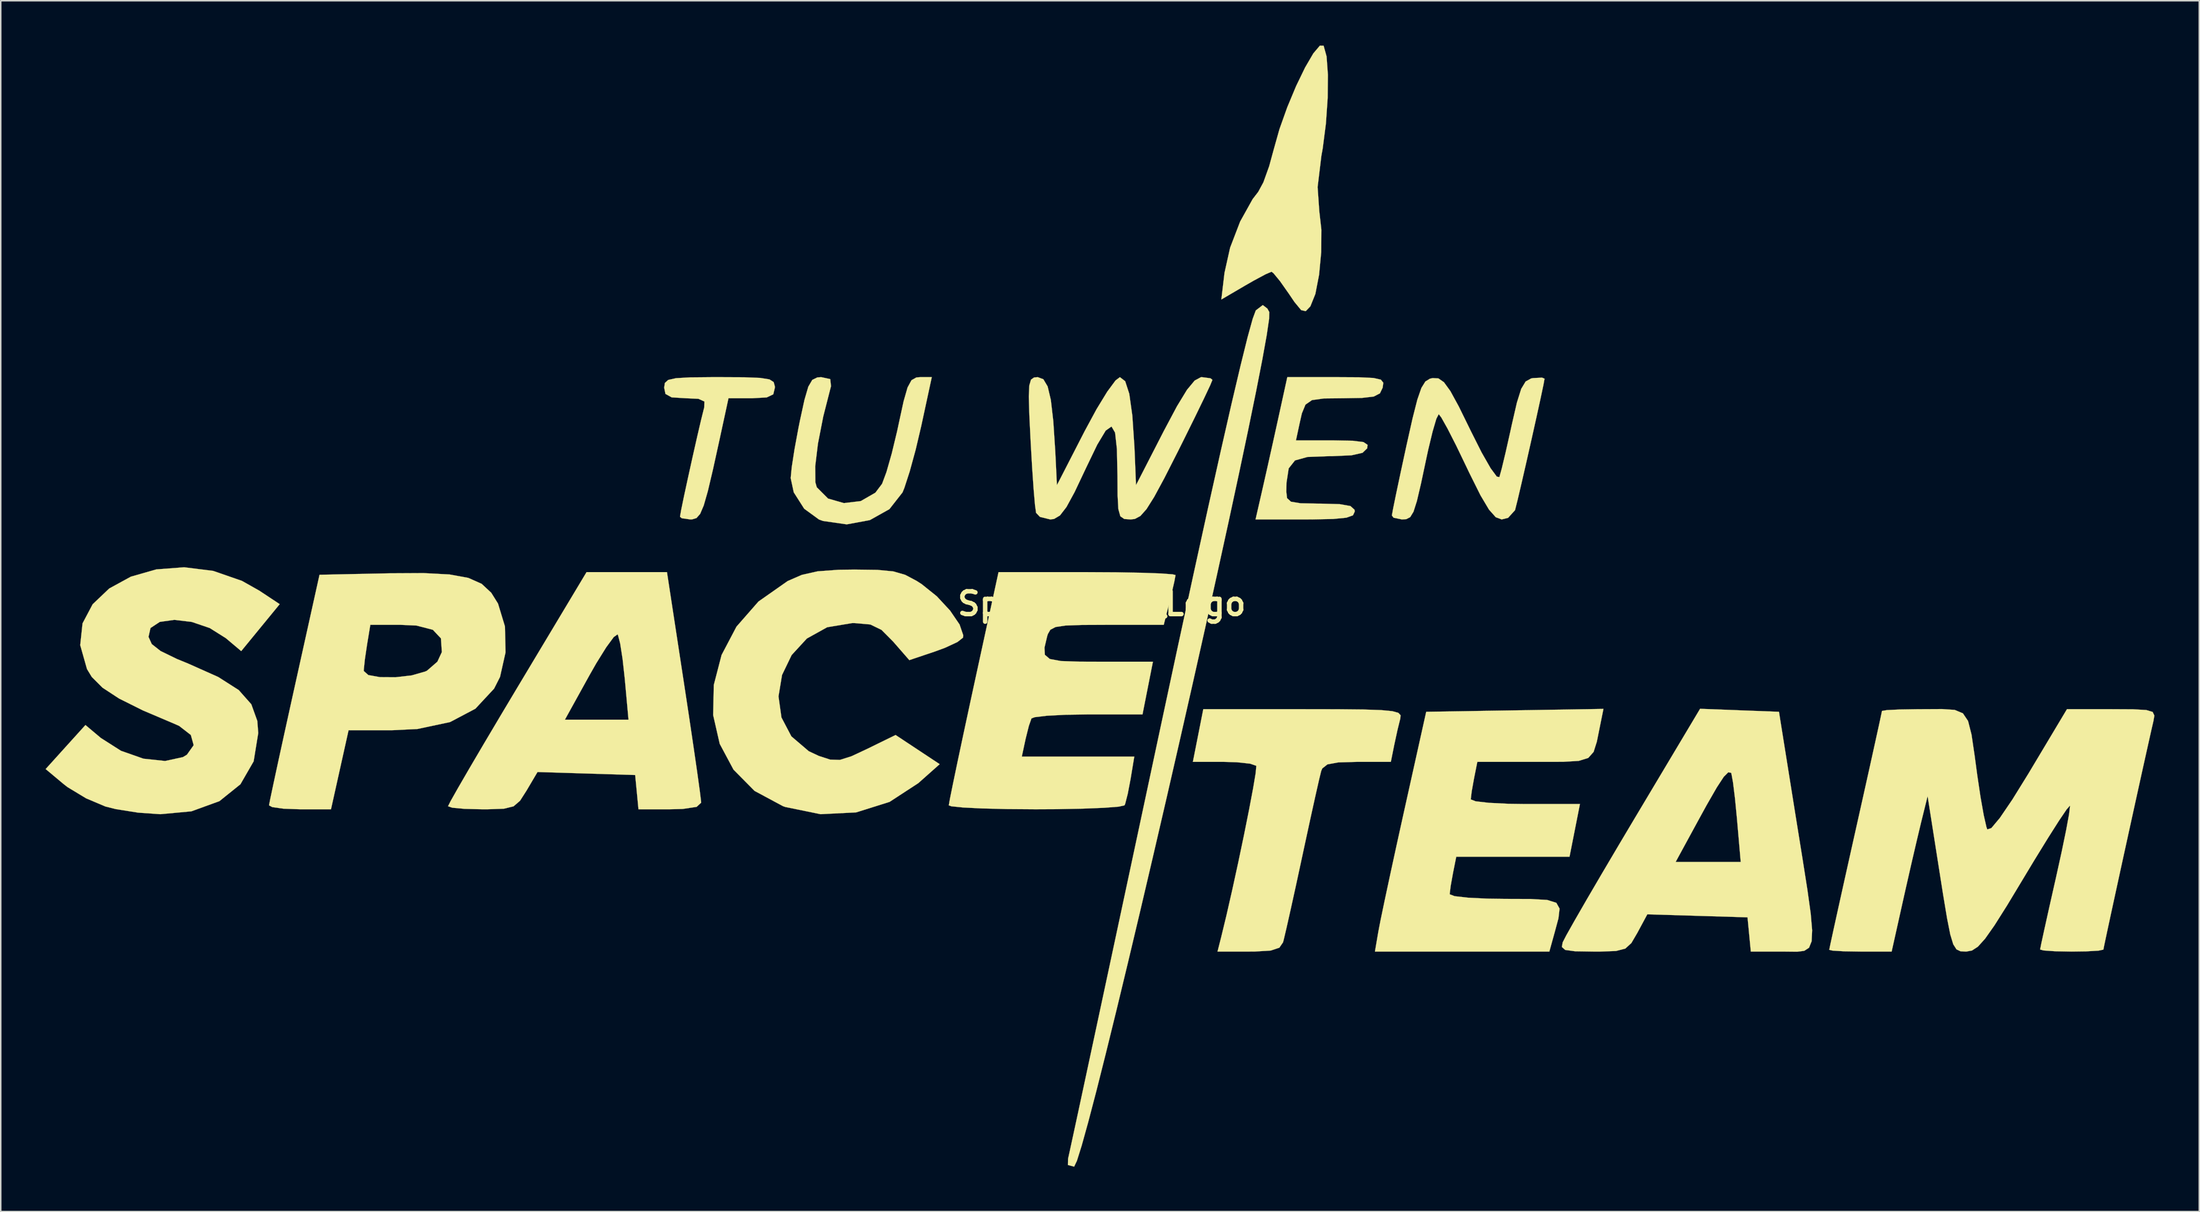
<source format=kicad_pcb>
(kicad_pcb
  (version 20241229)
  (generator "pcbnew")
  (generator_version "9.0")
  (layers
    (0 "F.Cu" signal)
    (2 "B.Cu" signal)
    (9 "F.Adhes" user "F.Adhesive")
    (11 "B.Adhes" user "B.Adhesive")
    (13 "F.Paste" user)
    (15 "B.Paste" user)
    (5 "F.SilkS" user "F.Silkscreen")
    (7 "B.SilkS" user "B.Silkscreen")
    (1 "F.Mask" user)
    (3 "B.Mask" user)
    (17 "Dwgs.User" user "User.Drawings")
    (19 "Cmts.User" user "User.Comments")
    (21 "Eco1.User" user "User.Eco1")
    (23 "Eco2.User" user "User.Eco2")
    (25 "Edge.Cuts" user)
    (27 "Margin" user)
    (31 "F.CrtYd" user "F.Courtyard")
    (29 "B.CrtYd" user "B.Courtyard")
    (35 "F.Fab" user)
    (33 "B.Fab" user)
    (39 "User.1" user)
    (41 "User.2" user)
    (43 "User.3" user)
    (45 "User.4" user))
  (footprint "SpaceTeam_Logo"
    (layer "F.Cu")
    (at 70.675 37.365)
    (property "Reference" "SpaceTeam_Logo" (at 0 0 0) (layer "F.SilkS") (effects (font (size 1.524 1.524) (thickness 0.3))))
    (attr through_hole)
    (fp_poly (pts (xy 14.848 -37.355) (xy 15.046 -36.639) (xy 15.135 -35.409) (xy 15.119 -33.85) (xy 15.002 -32.146) (xy 14.788 -30.481) (xy 14.699 -29.986) (xy 14.446 -27.891) (xy 14.558 -26.282) (xy 14.699 -25.035) (xy 14.687 -23.537) (xy 14.545 -22.025) (xy 14.296 -20.737) (xy 13.963 -19.911) (xy 13.957 -19.903) (xy 13.651 -19.586) (xy 13.344 -19.658) (xy 12.895 -20.202) (xy 12.524 -20.751) (xy 11.93 -21.596) (xy 11.491 -22.129) (xy 11.361 -22.225) (xy 10.976 -22.061) (xy 10.192 -21.641) (xy 9.589 -21.296) (xy 8.004 -20.367) (xy 8.216 -22.154) (xy 8.591 -23.836) (xy 9.263 -25.586) (xy 10.098 -27.086) (xy 10.471 -27.57) (xy 10.817 -28.21) (xy 11.205 -29.291) (xy 11.504 -30.387) (xy 11.893 -31.771) (xy 12.415 -33.236) (xy 13.007 -34.654) (xy 13.609 -35.898) (xy 14.16 -36.843) (xy 14.599 -37.36) (xy 14.848 -37.355)) (stroke (width 0.01) (type solid)) (fill yes) (layer "F.SilkS"))
    (fp_poly (pts (xy -23.924 -15.161) (xy -22.852 -15.118) (xy -22.236 -15.019) (xy -21.952 -14.838) (xy -21.874 -14.552) (xy -21.872 -14.464) (xy -21.979 -14.019) (xy -22.419 -13.811) (xy -23.372 -13.758) (xy -23.424 -13.758) (xy -24.976 -13.758) (xy -25.568 -11.024) (xy -26.016 -8.986) (xy -26.358 -7.538) (xy -26.632 -6.581) (xy -26.873 -6.014) (xy -27.119 -5.736) (xy -27.406 -5.649) (xy -27.53 -5.644) (xy -28.097 -5.722) (xy -28.222 -5.825) (xy -28.149 -6.248) (xy -27.958 -7.176) (xy -27.687 -8.428) (xy -27.379 -9.822) (xy -27.073 -11.176) (xy -26.809 -12.308) (xy -26.628 -13.036) (xy -26.598 -13.141) (xy -26.589 -13.538) (xy -26.985 -13.718) (xy -27.846 -13.758) (xy -28.778 -13.815) (xy -29.195 -14.047) (xy -29.281 -14.464) (xy -29.234 -14.779) (xy -29.012 -14.983) (xy -28.488 -15.1) (xy -27.54 -15.154) (xy -26.04 -15.169) (xy -25.576 -15.169) (xy -23.924 -15.161)) (stroke (width 0.01) (type solid)) (fill yes) (layer "F.SilkS"))
    (fp_poly (pts (xy -12.076 -11.906) (xy -12.45 -10.317) (xy -12.85 -8.854) (xy -13.208 -7.752) (xy -13.33 -7.453) (xy -14.208 -6.333) (xy -15.518 -5.599) (xy -17.064 -5.314) (xy -18.651 -5.542) (xy -18.924 -5.641) (xy -19.911 -6.362) (xy -20.609 -7.458) (xy -20.814 -8.41) (xy -20.744 -9.141) (xy -20.559 -10.338) (xy -20.293 -11.776) (xy -20.205 -12.213) (xy -19.892 -13.652) (xy -19.635 -14.531) (xy -19.369 -14.986) (xy -19.028 -15.152) (xy -18.77 -15.169) (xy -18.167 -15.037) (xy -18.116 -14.567) (xy -18.12 -14.552) (xy -18.633 -12.544) (xy -18.991 -10.713) (xy -19.174 -9.198) (xy -19.165 -8.137) (xy -19.068 -7.796) (xy -18.314 -7.042) (xy -17.256 -6.738) (xy -16.124 -6.873) (xy -15.147 -7.435) (xy -14.698 -8.031) (xy -14.406 -8.816) (xy -14.049 -10.068) (xy -13.69 -11.558) (xy -13.578 -12.083) (xy -13.256 -13.563) (xy -12.993 -14.48) (xy -12.73 -14.965) (xy -12.404 -15.149) (xy -12.157 -15.169) (xy -11.372 -15.169) (xy -12.076 -11.906)) (stroke (width 0.01) (type solid)) (fill yes) (layer "F.SilkS"))
    (fp_poly (pts (xy -27.946 5.38) (xy -27.607 7.615) (xy -27.309 9.626) (xy -27.066 11.304) (xy -26.895 12.54) (xy -26.811 13.227) (xy -26.805 13.317) (xy -27.109 13.596) (xy -28.041 13.736) (xy -28.905 13.758) (xy -31 13.758) (xy -31.11 12.612) (xy -31.221 11.465) (xy -34.488 11.364) (xy -37.755 11.262) (xy -38.492 12.51) (xy -38.925 13.187) (xy -39.358 13.56) (xy -40.006 13.72) (xy -41.085 13.758) (xy -41.486 13.758) (xy -42.644 13.729) (xy -43.459 13.653) (xy -43.744 13.554) (xy -43.57 13.208) (xy -43.08 12.34) (xy -42.323 11.034) (xy -41.346 9.372) (xy -40.39 7.761) (xy -35.924 7.761) (xy -31.667 7.761) (xy -31.916 5.027) (xy -32.063 3.7) (xy -32.225 2.657) (xy -32.373 2.089) (xy -32.399 2.049) (xy -32.655 2.23) (xy -33.157 2.914) (xy -33.821 3.981) (xy -34.278 4.783) (xy -35.924 7.761) (xy -40.39 7.761) (xy -40.198 7.437) (xy -39.11 5.616) (xy -34.475 -2.117) (xy -29.093 -2.117) (xy -27.946 5.38)) (stroke (width 0.01) (type solid)) (fill yes) (layer "F.SilkS"))
    (fp_poly (pts (xy 33.341 8.193) (xy 33.132 9.232) (xy 32.916 9.917) (xy 32.557 10.321) (xy 31.921 10.518) (xy 30.871 10.581) (xy 29.274 10.584) (xy 28.948 10.583) (xy 25.135 10.583) (xy 24.915 11.686) (xy 24.76 12.551) (xy 24.694 13.094) (xy 24.694 13.097) (xy 25.023 13.224) (xy 25.91 13.326) (xy 27.209 13.39) (xy 28.348 13.406) (xy 32.001 13.406) (xy 31.304 16.933) (xy 23.724 16.933) (xy 23.504 18.036) (xy 23.349 18.901) (xy 23.283 19.444) (xy 23.283 19.447) (xy 23.612 19.574) (xy 24.5 19.675) (xy 25.802 19.739) (xy 26.988 19.756) (xy 28.7 19.762) (xy 29.81 19.827) (xy 30.422 20.019) (xy 30.638 20.407) (xy 30.562 21.059) (xy 30.32 21.96) (xy 29.953 23.283) (xy 18.282 23.283) (xy 18.508 21.96) (xy 18.654 21.203) (xy 18.927 19.891) (xy 19.298 18.158) (xy 19.737 16.138) (xy 20.216 13.965) (xy 20.223 13.935) (xy 21.713 7.232) (xy 27.643 7.135) (xy 33.574 7.038) (xy 33.341 8.193)) (stroke (width 0.01) (type solid)) (fill yes) (layer "F.SilkS"))
    (fp_poly (pts (xy 15.802 7.06) (xy 17.513 7.078) (xy 18.698 7.119) (xy 19.447 7.191) (xy 19.851 7.303) (xy 19.999 7.463) (xy 19.982 7.673) (xy 19.79 8.454) (xy 19.577 9.437) (xy 19.347 10.583) (xy 17.105 10.583) (xy 15.834 10.619) (xy 15.105 10.752) (xy 14.758 11.025) (xy 14.685 11.201) (xy 14.55 11.753) (xy 14.3 12.856) (xy 13.966 14.369) (xy 13.58 16.152) (xy 13.412 16.933) (xy 13.012 18.787) (xy 12.651 20.428) (xy 12.361 21.717) (xy 12.173 22.514) (xy 12.132 22.666) (xy 11.886 23.024) (xy 11.311 23.214) (xy 10.243 23.281) (xy 9.847 23.283) (xy 7.748 23.283) (xy 7.994 22.313) (xy 8.347 20.854) (xy 8.738 19.137) (xy 9.14 17.294) (xy 9.524 15.46) (xy 9.863 13.766) (xy 10.131 12.347) (xy 10.301 11.334) (xy 10.344 10.862) (xy 10.34 10.848) (xy 9.933 10.705) (xy 9.038 10.609) (xy 8.144 10.583) (xy 6.099 10.583) (xy 6.448 8.819) (xy 6.796 7.056) (xy 13.476 7.056) (xy 15.802 7.06)) (stroke (width 0.01) (type solid)) (fill yes) (layer "F.SilkS"))
    (fp_poly (pts (xy -43.644 -1.961) (xy -42.389 -1.732) (xy -41.496 -1.335) (xy -40.853 -0.738) (xy -40.399 -0.012) (xy -39.935 1.516) (xy -39.895 3.255) (xy -40.264 4.897) (xy -40.66 5.68) (xy -41.912 7.025) (xy -43.605 7.919) (xy -45.794 8.384) (xy -47.499 8.467) (xy -50.399 8.467) (xy -51.576 13.758) (xy -53.658 13.758) (xy -54.76 13.718) (xy -55.508 13.612) (xy -55.723 13.494) (xy -55.645 13.086) (xy -55.435 12.093) (xy -55.117 10.616) (xy -54.712 8.76) (xy -54.242 6.626) (xy -54.025 5.644) (xy -53.771 4.498) (xy -49.385 4.498) (xy -49.078 4.773) (xy -48.295 4.913) (xy -47.255 4.92) (xy -46.172 4.794) (xy -45.266 4.535) (xy -45.156 4.484) (xy -44.457 3.879) (xy -44.158 3.235) (xy -44.218 2.319) (xy -44.76 1.743) (xy -45.855 1.46) (xy -46.916 1.411) (xy -48.944 1.411) (xy -49.162 2.734) (xy -49.308 3.717) (xy -49.382 4.426) (xy -49.385 4.498) (xy -53.771 4.498) (xy -52.344 -1.94) (xy -47.694 -2.039) (xy -45.374 -2.052) (xy -43.644 -1.961)) (stroke (width 0.01) (type solid)) (fill yes) (layer "F.SilkS"))
    (fp_poly (pts (xy 11.084 -19.759) (xy 11.21 -19.532) (xy 11.2 -19.067) (xy 11.041 -17.985) (xy 10.746 -16.347) (xy 10.329 -14.216) (xy 9.804 -11.654) (xy 9.186 -8.724) (xy 8.489 -5.486) (xy 7.726 -2.004) (xy 6.913 1.661) (xy 6.063 5.446) (xy 5.19 9.29) (xy 4.309 13.13) (xy 3.433 16.905) (xy 2.578 20.552) (xy 1.757 24.009) (xy 0.984 27.214) (xy 0.273 30.105) (xy -0.36 32.62) (xy -0.904 34.697) (xy -1.342 36.274) (xy -1.66 37.288) (xy -1.846 37.678) (xy -1.852 37.68) (xy -2.263 37.57) (xy -2.253 37.15) (xy -2.156 36.713) (xy -1.923 35.639) (xy -1.565 33.98) (xy -1.095 31.791) (xy -0.523 29.124) (xy 0.139 26.032) (xy 0.88 22.568) (xy 1.689 18.786) (xy 2.554 14.737) (xy 3.464 10.476) (xy 3.841 8.708) (xy 5.048 3.076) (xy 6.139 -1.963) (xy 7.112 -6.398) (xy 7.964 -10.215) (xy 8.691 -13.404) (xy 9.292 -15.951) (xy 9.762 -17.845) (xy 10.101 -19.073) (xy 10.304 -19.623) (xy 10.32 -19.644) (xy 10.778 -19.994) (xy 11.084 -19.759)) (stroke (width 0.01) (type solid)) (fill yes) (layer "F.SilkS"))
    (fp_poly (pts (xy 42.679 7.132) (xy 45.319 7.232) (xy 46.447 14.287) (xy 46.889 17.03) (xy 47.223 19.153) (xy 47.443 20.736) (xy 47.539 21.856) (xy 47.505 22.593) (xy 47.331 23.026) (xy 47.011 23.233) (xy 46.535 23.294) (xy 45.895 23.287) (xy 45.531 23.283) (xy 43.436 23.283) (xy 43.215 20.99) (xy 39.862 20.89) (xy 36.509 20.79) (xy 35.838 22.037) (xy 35.444 22.71) (xy 35.039 23.082) (xy 34.414 23.244) (xy 33.362 23.283) (xy 32.891 23.283) (xy 31.669 23.263) (xy 31.014 23.173) (xy 30.791 22.974) (xy 30.845 22.666) (xy 31.084 22.201) (xy 31.635 21.222) (xy 32.443 19.819) (xy 33.459 18.082) (xy 33.929 17.286) (xy 38.403 17.286) (xy 42.76 17.286) (xy 42.507 14.376) (xy 42.375 13.02) (xy 42.244 11.961) (xy 42.137 11.373) (xy 42.112 11.312) (xy 41.924 11.285) (xy 41.626 11.583) (xy 41.162 12.291) (xy 40.472 13.492) (xy 39.891 14.552) (xy 38.403 17.286) (xy 33.929 17.286) (xy 34.628 16.102) (xy 35.557 14.54) (xy 40.04 7.031) (xy 42.679 7.132)) (stroke (width 0.01) (type solid)) (fill yes) (layer "F.SilkS"))
    (fp_poly (pts (xy 17.233 -15.16) (xy 18.184 -15.114) (xy 18.679 -15.001) (xy 18.843 -14.795) (xy 18.8 -14.466) (xy 18.799 -14.464) (xy 18.617 -14.086) (xy 18.207 -13.872) (xy 17.407 -13.778) (xy 16.207 -13.758) (xy 14.872 -13.743) (xy 14.071 -13.633) (xy 13.635 -13.331) (xy 13.393 -12.743) (xy 13.243 -12.083) (xy 12.997 -10.936) (xy 15.483 -10.936) (xy 16.79 -10.912) (xy 17.518 -10.822) (xy 17.79 -10.637) (xy 17.766 -10.407) (xy 17.452 -10.104) (xy 16.712 -9.937) (xy 15.42 -9.879) (xy 15.173 -9.878) (xy 13.772 -9.827) (xy 12.933 -9.595) (xy 12.511 -9.061) (xy 12.365 -8.105) (xy 12.352 -7.497) (xy 12.402 -7.069) (xy 12.664 -6.831) (xy 13.297 -6.727) (xy 14.457 -6.703) (xy 14.64 -6.703) (xy 15.926 -6.667) (xy 16.641 -6.541) (xy 16.917 -6.294) (xy 16.933 -6.174) (xy 16.813 -5.92) (xy 16.372 -5.761) (xy 15.492 -5.675) (xy 14.055 -5.645) (xy 13.613 -5.644) (xy 10.293 -5.644) (xy 10.757 -7.673) (xy 11.074 -9.075) (xy 11.457 -10.792) (xy 11.819 -12.435) (xy 12.418 -15.169) (xy 15.701 -15.169) (xy 17.233 -15.16)) (stroke (width 0.01) (type solid)) (fill yes) (layer "F.SilkS"))
    (fp_poly (pts (xy -15.013 -2.268) (xy -13.953 -2.167) (xy -13.153 -1.937) (xy -12.388 -1.531) (xy -12.043 -1.309) (xy -11.037 -0.501) (xy -10.149 0.456) (xy -9.513 1.387) (xy -9.263 2.118) (xy -9.283 2.27) (xy -9.654 2.561) (xy -10.484 2.947) (xy -11.134 3.187) (xy -12.876 3.774) (xy -13.957 2.534) (xy -14.738 1.749) (xy -15.483 1.388) (xy -16.539 1.294) (xy -16.705 1.294) (xy -18.374 1.573) (xy -19.733 2.328) (xy -20.749 3.433) (xy -21.392 4.766) (xy -21.63 6.2) (xy -21.432 7.612) (xy -20.768 8.877) (xy -19.605 9.87) (xy -18.931 10.187) (xy -18.165 10.434) (xy -17.523 10.453) (xy -16.749 10.208) (xy -15.724 9.729) (xy -13.795 8.785) (xy -12.319 9.762) (xy -10.844 10.738) (xy -12.274 12.008) (xy -14.198 13.263) (xy -16.432 13.965) (xy -18.814 14.087) (xy -21.183 13.602) (xy -21.336 13.547) (xy -23.233 12.527) (xy -24.641 11.103) (xy -25.563 9.378) (xy -26.002 7.455) (xy -25.96 5.438) (xy -25.439 3.429) (xy -24.442 1.532) (xy -22.971 -0.149) (xy -21.028 -1.513) (xy -20.995 -1.531) (xy -20.065 -1.935) (xy -19.013 -2.171) (xy -17.615 -2.274) (xy -16.555 -2.289) (xy -15.013 -2.268)) (stroke (width 0.01) (type solid)) (fill yes) (layer "F.SilkS"))
    (fp_poly (pts (xy 0.971 -2.106) (xy 2.654 -2.075) (xy 3.95 -2.029) (xy 4.743 -1.97) (xy 4.939 -1.92) (xy 4.86 -1.488) (xy 4.66 -0.624) (xy 4.544 -0.156) (xy 4.15 1.411) (xy 0.352 1.411) (xy -1.326 1.419) (xy -2.43 1.459) (xy -3.091 1.558) (xy -3.44 1.742) (xy -3.608 2.036) (xy -3.658 2.205) (xy -3.83 2.936) (xy -3.805 3.416) (xy -3.475 3.698) (xy -2.731 3.834) (xy -1.465 3.877) (xy -0.227 3.881) (xy 3.426 3.881) (xy 3.077 5.644) (xy 2.729 7.408) (xy -0.908 7.408) (xy -2.434 7.432) (xy -3.677 7.497) (xy -4.481 7.593) (xy -4.7 7.673) (xy -4.876 8.175) (xy -5.09 9.03) (xy -5.102 9.084) (xy -5.348 10.231) (xy 2.179 10.231) (xy 1.931 11.73) (xy 1.743 12.714) (xy 1.572 13.384) (xy 1.526 13.494) (xy 1.138 13.582) (xy 0.166 13.658) (xy -1.271 13.716) (xy -3.051 13.751) (xy -4.431 13.758) (xy -6.364 13.743) (xy -8.025 13.701) (xy -9.297 13.637) (xy -10.062 13.558) (xy -10.234 13.494) (xy -10.164 13.086) (xy -9.963 12.092) (xy -9.655 10.613) (xy -9.26 8.752) (xy -8.8 6.61) (xy -8.572 5.556) (xy -6.906 -2.117) (xy -0.984 -2.117) (xy 0.971 -2.106)) (stroke (width 0.01) (type solid)) (fill yes) (layer "F.SilkS"))
    (fp_poly (pts (xy -59.46 -2.2) (xy -57.535 -1.532) (xy -56.372 -0.876) (xy -55.008 0.027) (xy -56.296 1.598) (xy -57.584 3.17) (xy -58.612 2.304) (xy -59.69 1.626) (xy -60.891 1.217) (xy -62.057 1.078) (xy -63.031 1.213) (xy -63.654 1.624) (xy -63.787 2.217) (xy -63.569 2.699) (xy -62.98 3.163) (xy -61.897 3.691) (xy -61.104 4.017) (xy -59.12 4.903) (xy -57.749 5.778) (xy -56.907 6.729) (xy -56.507 7.84) (xy -56.444 8.655) (xy -56.751 10.548) (xy -57.636 12.083) (xy -59.043 13.214) (xy -60.919 13.895) (xy -62.994 14.087) (xy -64.484 13.983) (xy -65.979 13.746) (xy -66.675 13.571) (xy -67.968 13.023) (xy -69.206 12.274) (xy -69.466 12.072) (xy -70.67 11.065) (xy -69.339 9.591) (xy -68.007 8.118) (xy -66.977 8.984) (xy -65.629 9.843) (xy -64.126 10.371) (xy -62.677 10.525) (xy -61.488 10.267) (xy -61.217 10.105) (xy -60.765 9.467) (xy -60.954 8.785) (xy -61.736 8.178) (xy -61.991 8.064) (xy -64.167 7.138) (xy -65.76 6.343) (xy -66.867 5.617) (xy -67.583 4.901) (xy -67.904 4.372) (xy -68.357 2.771) (xy -68.201 1.311) (xy -67.525 0.033) (xy -66.417 -1.021) (xy -64.968 -1.813) (xy -63.266 -2.3) (xy -61.401 -2.442) (xy -59.46 -2.2)) (stroke (width 0.01) (type solid)) (fill yes) (layer "F.SilkS"))
    (fp_poly (pts (xy 29.633 -15.065) (xy 29.56 -14.662) (xy 29.364 -13.735) (xy 29.082 -12.447) (xy 28.751 -10.962) (xy 28.407 -9.442) (xy 28.088 -8.052) (xy 27.83 -6.954) (xy 27.669 -6.312) (xy 27.655 -6.262) (xy 27.194 -5.752) (xy 26.764 -5.644) (xy 26.367 -5.793) (xy 25.915 -6.301) (xy 25.345 -7.26) (xy 24.595 -8.765) (xy 24.406 -9.163) (xy 23.724 -10.58) (xy 23.14 -11.726) (xy 22.722 -12.471) (xy 22.55 -12.691) (xy 22.39 -12.376) (xy 22.141 -11.527) (xy 21.846 -10.304) (xy 21.735 -9.79) (xy 21.364 -8.042) (xy 21.089 -6.871) (xy 20.863 -6.161) (xy 20.642 -5.797) (xy 20.38 -5.663) (xy 20.085 -5.644) (xy 19.53 -5.759) (xy 19.416 -5.909) (xy 19.492 -6.336) (xy 19.691 -7.313) (xy 19.984 -8.699) (xy 20.342 -10.357) (xy 20.391 -10.583) (xy 20.801 -12.413) (xy 21.119 -13.663) (xy 21.39 -14.447) (xy 21.656 -14.877) (xy 21.962 -15.066) (xy 22.15 -15.107) (xy 22.533 -15.084) (xy 22.901 -14.828) (xy 23.33 -14.237) (xy 23.893 -13.207) (xy 24.663 -11.637) (xy 24.684 -11.592) (xy 25.421 -10.127) (xy 26.024 -9.071) (xy 26.44 -8.508) (xy 26.61 -8.48) (xy 26.767 -9.046) (xy 27.022 -10.108) (xy 27.329 -11.471) (xy 27.443 -11.994) (xy 27.783 -13.47) (xy 28.07 -14.385) (xy 28.366 -14.877) (xy 28.733 -15.081) (xy 28.861 -15.106) (xy 29.467 -15.136) (xy 29.633 -15.065)) (stroke (width 0.01) (type solid)) (fill yes) (layer "F.SilkS"))
    (fp_poly (pts (xy 7.278 -15.093) (xy 7.408 -14.988) (xy 7.259 -14.625) (xy 6.846 -13.748) (xy 6.228 -12.475) (xy 5.46 -10.921) (xy 5.113 -10.226) (xy 4.193 -8.415) (xy 3.509 -7.149) (xy 2.995 -6.333) (xy 2.586 -5.874) (xy 2.217 -5.677) (xy 1.938 -5.644) (xy 1.507 -5.674) (xy 1.246 -5.856) (xy 1.112 -6.333) (xy 1.062 -7.246) (xy 1.053 -8.555) (xy 1.016 -10.352) (xy 0.894 -11.454) (xy 0.655 -11.865) (xy 0.267 -11.594) (xy -0.301 -10.646) (xy -1.08 -9.029) (xy -1.085 -9.017) (xy -1.816 -7.473) (xy -2.36 -6.474) (xy -2.794 -5.911) (xy -3.193 -5.675) (xy -3.444 -5.644) (xy -4.133 -5.813) (xy -4.393 -6.085) (xy -4.464 -6.593) (xy -4.556 -7.652) (xy -4.656 -9.108) (xy -4.754 -10.808) (xy -4.756 -10.848) (xy -4.845 -12.654) (xy -4.879 -13.871) (xy -4.846 -14.615) (xy -4.734 -15.002) (xy -4.528 -15.148) (xy -4.28 -15.169) (xy -3.906 -15.029) (xy -3.62 -14.549) (xy -3.405 -13.642) (xy -3.241 -12.222) (xy -3.109 -10.201) (xy -3.084 -9.701) (xy -2.999 -7.938) (xy -1.143 -11.553) (xy -0.347 -13.025) (xy 0.368 -14.196) (xy 0.924 -14.948) (xy 1.216 -15.169) (xy 1.57 -14.897) (xy 1.844 -14.053) (xy 2.048 -12.596) (xy 2.189 -10.483) (xy 2.208 -10.054) (xy 2.293 -7.938) (xy 4.148 -11.553) (xy 5.034 -13.219) (xy 5.704 -14.32) (xy 6.218 -14.94) (xy 6.636 -15.165) (xy 6.706 -15.169) (xy 7.278 -15.093)) (stroke (width 0.01) (type solid)) (fill yes) (layer "F.SilkS"))
    (fp_poly (pts (xy 57.079 7.105) (xy 57.628 7.334) (xy 57.973 7.848) (xy 58.205 8.759) (xy 58.414 10.177) (xy 58.587 11.465) (xy 58.805 12.929) (xy 59.021 14.15) (xy 59.201 14.942) (xy 59.26 15.106) (xy 59.53 15.018) (xy 60.098 14.34) (xy 60.935 13.109) (xy 62.017 11.361) (xy 62.045 11.314) (xy 64.591 7.056) (xy 67.58 7.056) (xy 69.027 7.064) (xy 69.899 7.114) (xy 70.326 7.242) (xy 70.44 7.486) (xy 70.378 7.849) (xy 70.222 8.527) (xy 69.958 9.709) (xy 69.61 11.275) (xy 69.207 13.105) (xy 68.774 15.077) (xy 68.337 17.071) (xy 67.924 18.967) (xy 67.56 20.643) (xy 67.272 21.98) (xy 67.086 22.857) (xy 67.028 23.152) (xy 66.707 23.221) (xy 65.874 23.269) (xy 64.911 23.283) (xy 63.795 23.262) (xy 63.028 23.208) (xy 62.794 23.145) (xy 62.868 22.769) (xy 63.071 21.835) (xy 63.373 20.473) (xy 63.747 18.813) (xy 63.857 18.327) (xy 64.235 16.61) (xy 64.535 15.157) (xy 64.73 14.096) (xy 64.796 13.557) (xy 64.788 13.517) (xy 64.574 13.759) (xy 64.064 14.512) (xy 63.323 15.679) (xy 62.411 17.161) (xy 61.704 18.335) (xy 60.582 20.197) (xy 59.74 21.53) (xy 59.113 22.42) (xy 58.634 22.952) (xy 58.236 23.212) (xy 57.852 23.283) (xy 57.827 23.283) (xy 57.468 23.264) (xy 57.198 23.136) (xy 56.981 22.795) (xy 56.782 22.137) (xy 56.568 21.058) (xy 56.301 19.455) (xy 56.084 18.08) (xy 55.266 12.876) (xy 54.829 14.64) (xy 54.556 15.783) (xy 54.191 17.35) (xy 53.798 19.076) (xy 53.626 19.844) (xy 52.859 23.283) (xy 50.771 23.283) (xy 49.663 23.265) (xy 48.906 23.218) (xy 48.683 23.165) (xy 48.757 22.802) (xy 48.964 21.848) (xy 49.282 20.403) (xy 49.689 18.565) (xy 50.165 16.431) (xy 50.447 15.169) (xy 50.951 12.915) (xy 51.399 10.902) (xy 51.768 9.229) (xy 52.039 7.994) (xy 52.188 7.295) (xy 52.211 7.174) (xy 52.536 7.119) (xy 53.399 7.077) (xy 54.631 7.057) (xy 55.01 7.056) (xy 56.237 7.049) (xy 57.079 7.105)) (stroke (width 0.01) (type solid)) (fill yes) (layer "F.SilkS")))
  (gr_rect
    (start -3 -3)
    (end 144.12 78.049)
    (stroke (width 0.1) (type default))
    (fill no)
    (layer "Edge.Cuts")))
</source>
